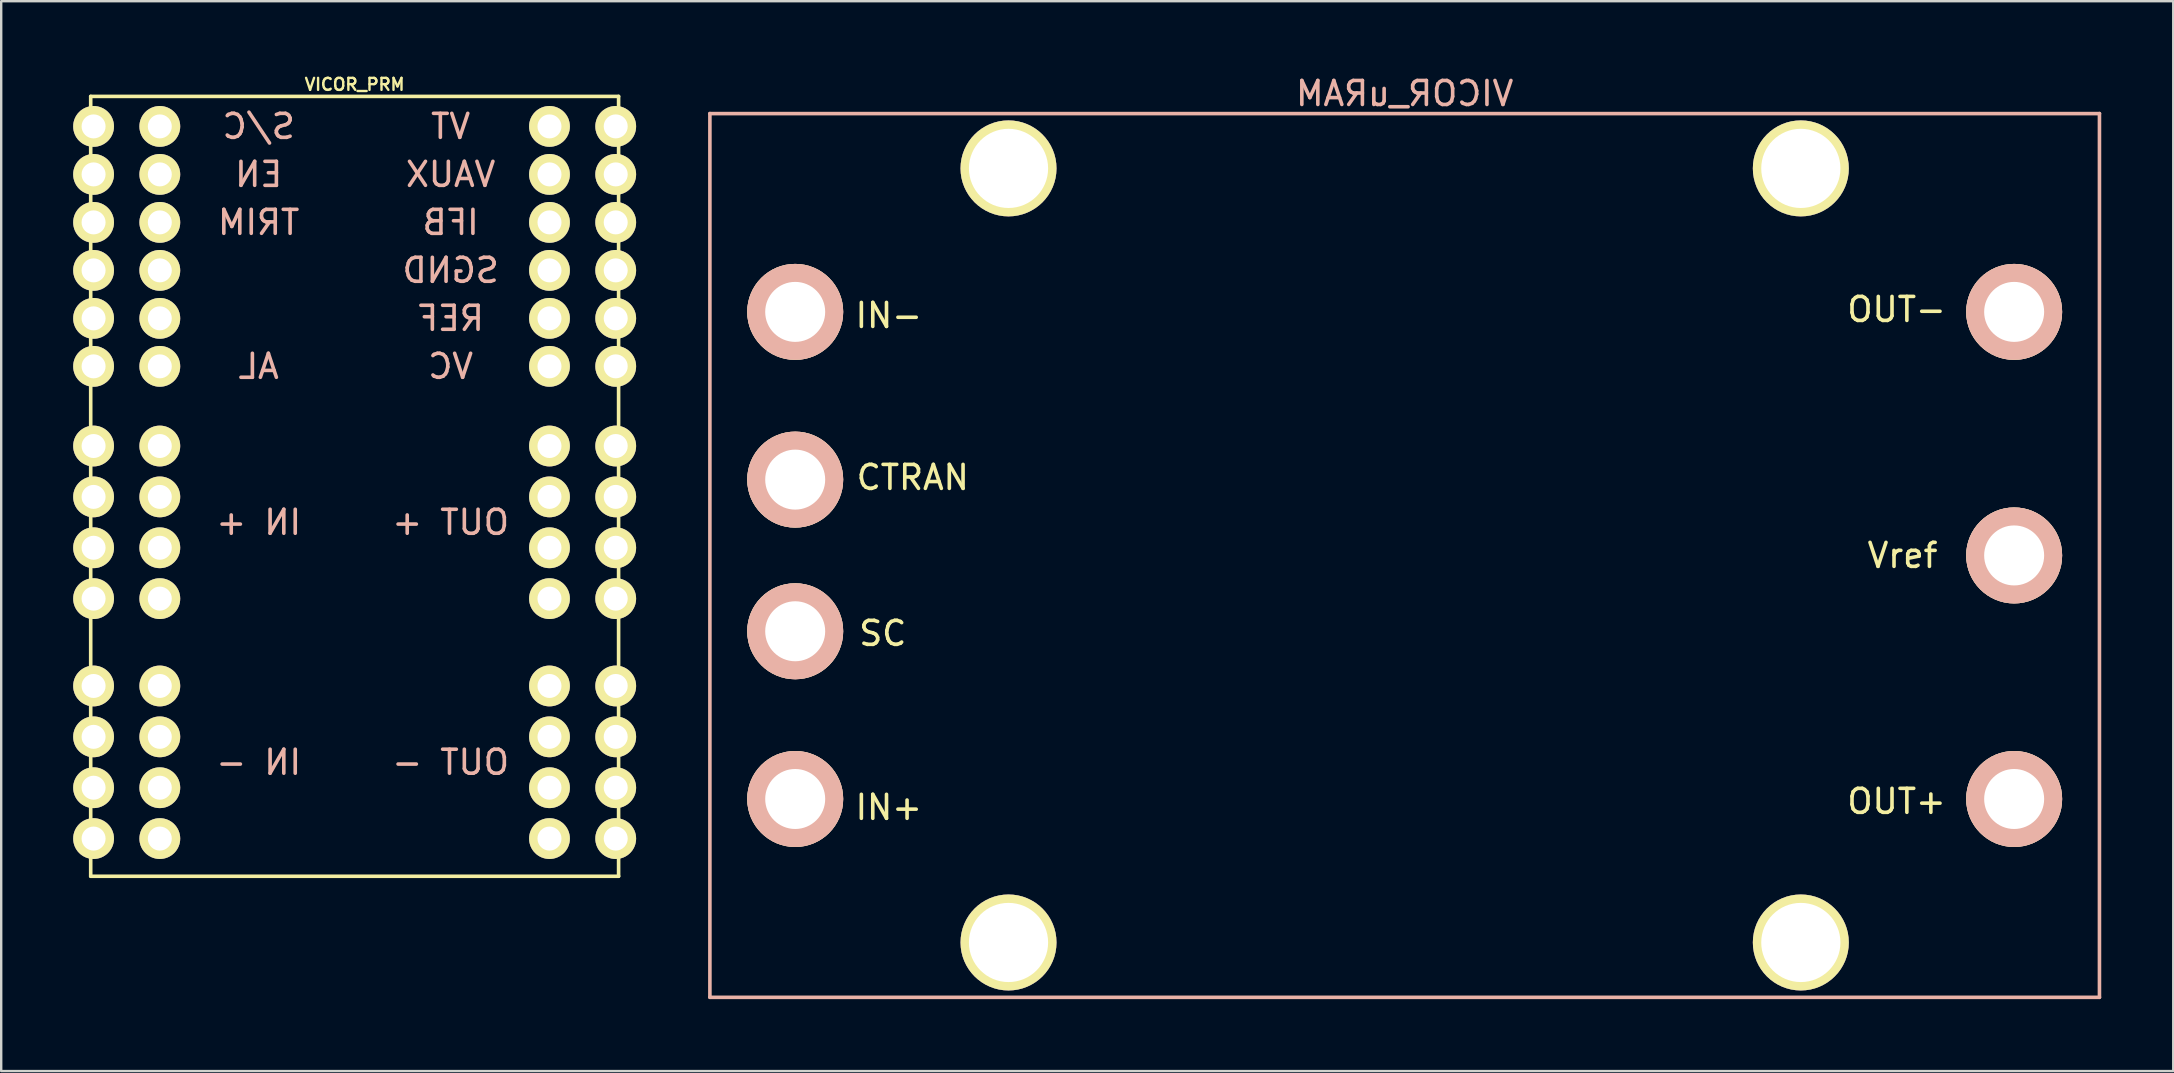
<source format=kicad_pcb>
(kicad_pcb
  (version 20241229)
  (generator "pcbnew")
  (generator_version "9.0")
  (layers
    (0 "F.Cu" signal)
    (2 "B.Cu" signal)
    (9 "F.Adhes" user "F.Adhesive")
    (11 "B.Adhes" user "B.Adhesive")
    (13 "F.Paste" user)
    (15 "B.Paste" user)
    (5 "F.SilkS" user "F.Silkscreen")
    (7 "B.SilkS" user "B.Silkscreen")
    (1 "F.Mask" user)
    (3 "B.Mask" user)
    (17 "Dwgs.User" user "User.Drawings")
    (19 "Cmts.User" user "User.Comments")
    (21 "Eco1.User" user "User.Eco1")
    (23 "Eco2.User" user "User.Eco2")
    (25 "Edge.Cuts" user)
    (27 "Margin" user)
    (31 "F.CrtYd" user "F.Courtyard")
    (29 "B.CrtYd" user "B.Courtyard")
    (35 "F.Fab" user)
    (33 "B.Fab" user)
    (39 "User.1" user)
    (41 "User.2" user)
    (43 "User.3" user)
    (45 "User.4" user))
  (footprint "VICOR_PRM"
    (layer "F.Cu")
    (at 11.73 17.218)
    (property "Reference" "VICOR_PRM" (at 0 -16.75 0) (layer "F.SilkS") (effects (font (size 0.5 0.5) (thickness 0.1))))
    (attr through_hole)
    (fp_line (start -11 -16.25) (end -11 16.25) (stroke (width 0.15) (type solid)) (layer "F.SilkS"))
    (fp_line (start -11 16.25) (end 11 16.25) (stroke (width 0.15) (type solid)) (layer "F.SilkS"))
    (fp_line (start 11 -16.25) (end -11 -16.25) (stroke (width 0.15) (type solid)) (layer "F.SilkS"))
    (fp_line (start 11 16.25) (end 11 -16.25) (stroke (width 0.15) (type solid)) (layer "F.SilkS"))
    (fp_text user "SGND" (at 4 -9 0) (layer "B.SilkS") (effects (font (size 1 1) (thickness 0.15)) (justify mirror)))
    (fp_text user "S/C" (at -4 -15 0) (layer "B.SilkS") (effects (font (size 1 1) (thickness 0.15)) (justify mirror)))
    (fp_text user "AL" (at -4 -5 0) (layer "B.SilkS") (effects (font (size 1 1) (thickness 0.15)) (justify mirror)))
    (fp_text user "REF" (at 4 -7 0) (layer "B.SilkS") (effects (font (size 1 1) (thickness 0.15)) (justify mirror)))
    (fp_text user "VC" (at 4 -5 0) (layer "B.SilkS") (effects (font (size 1 1) (thickness 0.15)) (justify mirror)))
    (fp_text user "EN" (at -4 -13 0) (layer "B.SilkS") (effects (font (size 1 1) (thickness 0.15)) (justify mirror)))
    (fp_text user "OUT -" (at 4 11.5 0) (layer "B.SilkS") (effects (font (size 1 1) (thickness 0.15)) (justify mirror)))
    (fp_text user "IN -" (at -4 11.5 0) (layer "B.SilkS") (effects (font (size 1 1) (thickness 0.15)) (justify mirror)))
    (fp_text user "IFB" (at 4 -11 0) (layer "B.SilkS") (effects (font (size 1 1) (thickness 0.15)) (justify mirror)))
    (fp_text user "VAUX" (at 4 -13 0) (layer "B.SilkS") (effects (font (size 1 1) (thickness 0.15)) (justify mirror)))
    (fp_text user "IN +" (at -4 1.5 0) (layer "B.SilkS") (effects (font (size 1 1) (thickness 0.15)) (justify mirror)))
    (fp_text user "OUT +" (at 4 1.5 0) (layer "B.SilkS") (effects (font (size 1 1) (thickness 0.15)) (justify mirror)))
    (fp_text user "TRIM" (at -4 -11 0) (layer "B.SilkS") (effects (font (size 1 1) (thickness 0.15)) (justify mirror)))
    (fp_text user "VT" (at 4 -15 0) (layer "B.SilkS") (effects (font (size 1 1) (thickness 0.15)) (justify mirror)))
    (pad "1" thru_hole circle (at -10.88 -15) (size 1.7 1.7) (drill 1) (layers "*.Cu" "*.Mask" "F.SilkS"))
    (pad "1" thru_hole circle (at -8.12 -15) (size 1.7 1.7) (drill 1) (layers "*.Cu" "*.Mask" "F.SilkS"))
    (pad "2" thru_hole circle (at -10.88 -13) (size 1.7 1.7) (drill 1) (layers "*.Cu" "*.Mask" "F.SilkS"))
    (pad "2" thru_hole circle (at -8.12 -13) (size 1.7 1.7) (drill 1) (layers "*.Cu" "*.Mask" "F.SilkS"))
    (pad "3" thru_hole circle (at -10.88 -11) (size 1.7 1.7) (drill 1) (layers "*.Cu" "*.Mask" "F.SilkS"))
    (pad "3" thru_hole circle (at -8.12 -11) (size 1.7 1.7) (drill 1) (layers "*.Cu" "*.Mask" "F.SilkS"))
    (pad "4" thru_hole circle (at -10.88 -9) (size 1.7 1.7) (drill 1) (layers "*.Cu" "*.Mask" "F.SilkS"))
    (pad "4" thru_hole circle (at -8.12 -9) (size 1.7 1.7) (drill 1) (layers "*.Cu" "*.Mask" "F.SilkS"))
    (pad "5" thru_hole circle (at -10.88 -7) (size 1.7 1.7) (drill 1) (layers "*.Cu" "*.Mask" "F.SilkS"))
    (pad "5" thru_hole circle (at -8.12 -7) (size 1.7 1.7) (drill 1) (layers "*.Cu" "*.Mask" "F.SilkS"))
    (pad "6" thru_hole circle (at -10.88 -5) (size 1.7 1.7) (drill 1) (layers "*.Cu" "*.Mask" "F.SilkS"))
    (pad "6" thru_hole circle (at -8.12 -5) (size 1.7 1.7) (drill 1) (layers "*.Cu" "*.Mask" "F.SilkS"))
    (pad "7" thru_hole circle (at -10.88 -1.68) (size 1.7 1.7) (drill 1) (layers "*.Cu" "*.Mask" "F.SilkS"))
    (pad "7" thru_hole circle (at -10.88 0.44) (size 1.7 1.7) (drill 1) (layers "*.Cu" "*.Mask" "F.SilkS"))
    (pad "7" thru_hole circle (at -10.88 2.56) (size 1.7 1.7) (drill 1) (layers "*.Cu" "*.Mask" "F.SilkS"))
    (pad "7" thru_hole circle (at -10.88 4.68) (size 1.7 1.7) (drill 1) (layers "*.Cu" "*.Mask" "F.SilkS"))
    (pad "7" thru_hole circle (at -8.12 -1.68) (size 1.7 1.7) (drill 1) (layers "*.Cu" "*.Mask" "F.SilkS"))
    (pad "7" thru_hole circle (at -8.12 0.44) (size 1.7 1.7) (drill 1) (layers "*.Cu" "*.Mask" "F.SilkS"))
    (pad "7" thru_hole circle (at -8.12 2.56) (size 1.7 1.7) (drill 1) (layers "*.Cu" "*.Mask" "F.SilkS"))
    (pad "7" thru_hole circle (at -8.12 4.68) (size 1.7 1.7) (drill 1) (layers "*.Cu" "*.Mask" "F.SilkS"))
    (pad "8" thru_hole circle (at -10.88 8.32) (size 1.7 1.7) (drill 1) (layers "*.Cu" "*.Mask" "F.SilkS"))
    (pad "8" thru_hole circle (at -10.88 10.44) (size 1.7 1.7) (drill 1) (layers "*.Cu" "*.Mask" "F.SilkS"))
    (pad "8" thru_hole circle (at -10.88 12.56) (size 1.7 1.7) (drill 1) (layers "*.Cu" "*.Mask" "F.SilkS"))
    (pad "8" thru_hole circle (at -10.88 14.68) (size 1.7 1.7) (drill 1) (layers "*.Cu" "*.Mask" "F.SilkS"))
    (pad "8" thru_hole circle (at -8.12 8.32) (size 1.7 1.7) (drill 1) (layers "*.Cu" "*.Mask" "F.SilkS"))
    (pad "8" thru_hole circle (at -8.12 10.44) (size 1.7 1.7) (drill 1) (layers "*.Cu" "*.Mask" "F.SilkS"))
    (pad "8" thru_hole circle (at -8.12 12.56) (size 1.7 1.7) (drill 1) (layers "*.Cu" "*.Mask" "F.SilkS"))
    (pad "8" thru_hole circle (at -8.12 14.68) (size 1.7 1.7) (drill 1) (layers "*.Cu" "*.Mask" "F.SilkS"))
    (pad "9" thru_hole circle (at 8.12 -15) (size 1.7 1.7) (drill 1) (layers "*.Cu" "*.Mask" "F.SilkS"))
    (pad "9" thru_hole circle (at 10.88 -15) (size 1.7 1.7) (drill 1) (layers "*.Cu" "*.Mask" "F.SilkS"))
    (pad "10" thru_hole circle (at 8.12 -13) (size 1.7 1.7) (drill 1) (layers "*.Cu" "*.Mask" "F.SilkS"))
    (pad "10" thru_hole circle (at 10.88 -13) (size 1.7 1.7) (drill 1) (layers "*.Cu" "*.Mask" "F.SilkS"))
    (pad "11" thru_hole circle (at 8.12 -11) (size 1.7 1.7) (drill 1) (layers "*.Cu" "*.Mask" "F.SilkS"))
    (pad "11" thru_hole circle (at 10.88 -11) (size 1.7 1.7) (drill 1) (layers "*.Cu" "*.Mask" "F.SilkS"))
    (pad "12" thru_hole circle (at 8.12 -9) (size 1.7 1.7) (drill 1) (layers "*.Cu" "*.Mask" "F.SilkS"))
    (pad "12" thru_hole circle (at 10.88 -9) (size 1.7 1.7) (drill 1) (layers "*.Cu" "*.Mask" "F.SilkS"))
    (pad "13" thru_hole circle (at 8.12 -7) (size 1.7 1.7) (drill 1) (layers "*.Cu" "*.Mask" "F.SilkS"))
    (pad "13" thru_hole circle (at 10.88 -7) (size 1.7 1.7) (drill 1) (layers "*.Cu" "*.Mask" "F.SilkS"))
    (pad "14" thru_hole circle (at 8.12 -5) (size 1.7 1.7) (drill 1) (layers "*.Cu" "*.Mask" "F.SilkS"))
    (pad "14" thru_hole circle (at 10.88 -5) (size 1.7 1.7) (drill 1) (layers "*.Cu" "*.Mask" "F.SilkS"))
    (pad "15" thru_hole circle (at 8.12 -1.68) (size 1.7 1.7) (drill 1) (layers "*.Cu" "*.Mask" "F.SilkS"))
    (pad "15" thru_hole circle (at 8.12 0.44) (size 1.7 1.7) (drill 1) (layers "*.Cu" "*.Mask" "F.SilkS"))
    (pad "15" thru_hole circle (at 8.12 2.56) (size 1.7 1.7) (drill 1) (layers "*.Cu" "*.Mask" "F.SilkS"))
    (pad "15" thru_hole circle (at 8.12 4.68) (size 1.7 1.7) (drill 1) (layers "*.Cu" "*.Mask" "F.SilkS"))
    (pad "15" thru_hole circle (at 10.88 -1.68) (size 1.7 1.7) (drill 1) (layers "*.Cu" "*.Mask" "F.SilkS"))
    (pad "15" thru_hole circle (at 10.88 0.44) (size 1.7 1.7) (drill 1) (layers "*.Cu" "*.Mask" "F.SilkS"))
    (pad "15" thru_hole circle (at 10.88 2.56) (size 1.7 1.7) (drill 1) (layers "*.Cu" "*.Mask" "F.SilkS"))
    (pad "15" thru_hole circle (at 10.88 4.68) (size 1.7 1.7) (drill 1) (layers "*.Cu" "*.Mask" "F.SilkS"))
    (pad "16" thru_hole circle (at 8.12 8.32) (size 1.7 1.7) (drill 1) (layers "*.Cu" "*.Mask" "F.SilkS"))
    (pad "16" thru_hole circle (at 8.12 10.44) (size 1.7 1.7) (drill 1) (layers "*.Cu" "*.Mask" "F.SilkS"))
    (pad "16" thru_hole circle (at 8.12 12.56) (size 1.7 1.7) (drill 1) (layers "*.Cu" "*.Mask" "F.SilkS"))
    (pad "16" thru_hole circle (at 8.12 14.68) (size 1.7 1.7) (drill 1) (layers "*.Cu" "*.Mask" "F.SilkS"))
    (pad "16" thru_hole circle (at 10.88 8.32) (size 1.7 1.7) (drill 1) (layers "*.Cu" "*.Mask" "F.SilkS"))
    (pad "16" thru_hole circle (at 10.88 10.44) (size 1.7 1.7) (drill 1) (layers "*.Cu" "*.Mask" "F.SilkS"))
    (pad "16" thru_hole circle (at 10.88 12.56) (size 1.7 1.7) (drill 1) (layers "*.Cu" "*.Mask" "F.SilkS"))
    (pad "16" thru_hole circle (at 10.88 14.68) (size 1.7 1.7) (drill 1) (layers "*.Cu" "*.Mask" "F.SilkS")))
  (footprint "VICOR_uRAM"
    (layer "F.Cu")
    (at 55.49 20.098)
    (property "Reference" "VICOR_uRAM" (at 0 -19.25 0) (layer "B.SilkS") (effects (font (size 1 1) (thickness 0.15)) (justify mirror)))
    (attr through_hole)
    (fp_line (start -28.955 18.415) (end -28.955 -18.415) (stroke (width 0.15) (type solid)) (layer "B.SilkS"))
    (fp_line (start 28.955 -18.415) (end -28.955 -18.415) (stroke (width 0.15) (type solid)) (layer "B.SilkS"))
    (fp_line (start 28.955 18.415) (end -28.955 18.415) (stroke (width 0.15) (type solid)) (layer "B.SilkS"))
    (fp_line (start 28.955 18.415) (end 28.955 -18.415) (stroke (width 0.15) (type solid)) (layer "B.SilkS"))
    (fp_text user "Vref" (at 20.75 0 0) (layer "F.SilkS") (effects (font (size 1 1) (thickness 0.15))))
    (fp_text user "OUT+" (at 20.5 10.25 0) (layer "F.SilkS") (effects (font (size 1 1) (thickness 0.15))))
    (fp_text user "IN-" (at -21.5 -10 0) (layer "F.SilkS") (effects (font (size 1 1) (thickness 0.15))))
    (fp_text user "OUT-" (at 20.5 -10.25 0) (layer "F.SilkS") (effects (font (size 1 1) (thickness 0.15))))
    (fp_text user "SC" (at -21.75 3.25 0) (layer "F.SilkS") (effects (font (size 1 1) (thickness 0.15))))
    (fp_text user "IN+" (at -21.5 10.5 0) (layer "F.SilkS") (effects (font (size 1 1) (thickness 0.15))))
    (fp_text user "CTRAN" (at -20.5 -3.25 0) (layer "F.SilkS") (effects (font (size 1 1) (thickness 0.15))))
    (pad "1" thru_hole circle (at -25.4 10.15 90) (size 4 4) (drill 2.5) (layers "*.Cu" "*.SilkS" "*.Mask"))
    (pad "2" thru_hole circle (at -25.4 3.16 90) (size 4 4) (drill 2.5) (layers "*.Cu" "*.SilkS" "*.Mask"))
    (pad "3" thru_hole circle (at -25.4 -3.16 90) (size 4 4) (drill 2.5) (layers "*.Cu" "*.SilkS" "*.Mask"))
    (pad "4" thru_hole circle (at -25.4 -10.15 90) (size 4 4) (drill 2.5) (layers "*.Cu" "*.SilkS" "*.Mask"))
    (pad "5" thru_hole circle (at 25.4 -10.15 90) (size 4 4) (drill 2.5) (layers "*.Cu" "*.SilkS" "*.Mask"))
    (pad "6" thru_hole circle (at 25.4 0 90) (size 4 4) (drill 2.5) (layers "*.Cu" "*.SilkS" "*.Mask"))
    (pad "7" thru_hole circle (at 25.4 10.15 90) (size 4 4) (drill 2.5) (layers "*.Cu" "*.SilkS" "*.Mask"))
    (pad "8" thru_hole circle (at -16.51 -16.13) (size 4 4) (drill 3.3) (layers "*.Cu" "*.Mask" "F.SilkS"))
    (pad "8" thru_hole circle (at -16.51 16.13) (size 4 4) (drill 3.3) (layers "*.Cu" "*.Mask" "F.SilkS"))
    (pad "8" thru_hole circle (at 16.51 -16.13) (size 4 4) (drill 3.3) (layers "*.Cu" "*.Mask" "F.SilkS"))
    (pad "8" thru_hole circle (at 16.51 16.13) (size 4 4) (drill 3.3) (layers "*.Cu" "*.Mask" "F.SilkS")))
  (gr_rect
    (start -3 -3)
    (end 87.52 41.588)
    (stroke (width 0.1) (type default))
    (fill no)
    (layer "Edge.Cuts")))
</source>
